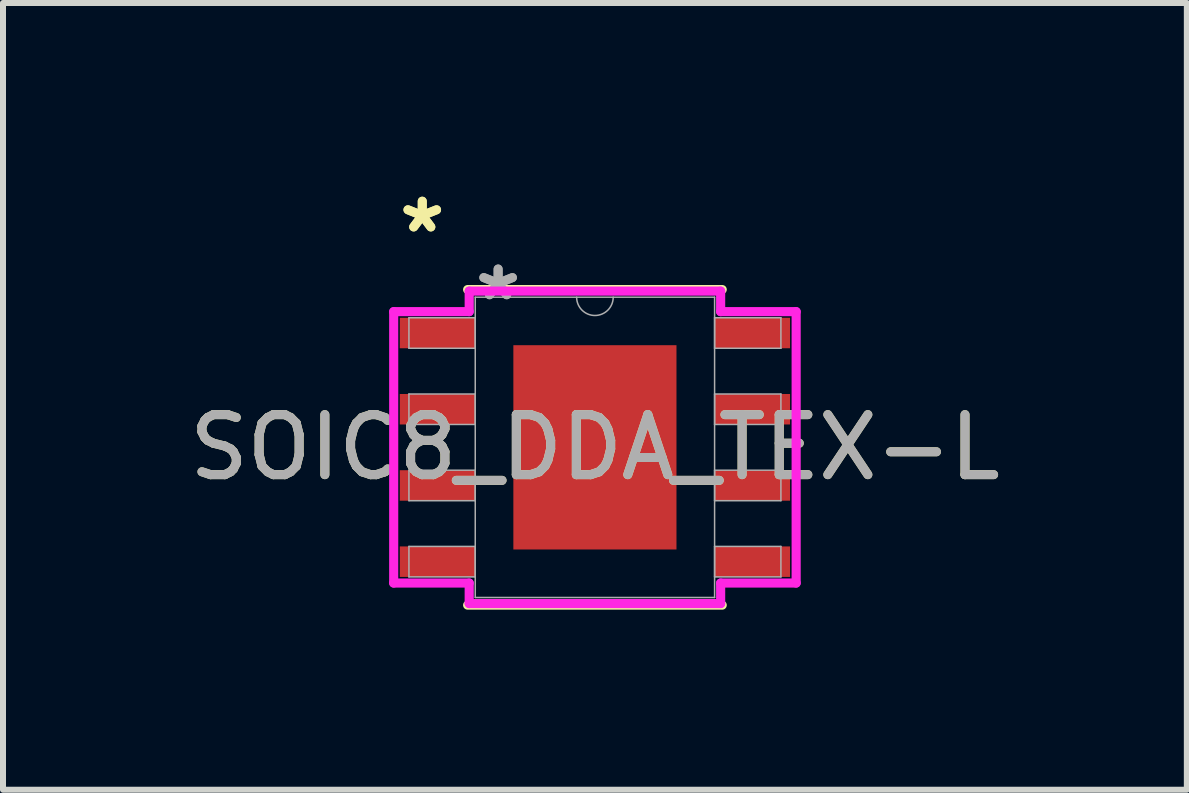
<source format=kicad_pcb>
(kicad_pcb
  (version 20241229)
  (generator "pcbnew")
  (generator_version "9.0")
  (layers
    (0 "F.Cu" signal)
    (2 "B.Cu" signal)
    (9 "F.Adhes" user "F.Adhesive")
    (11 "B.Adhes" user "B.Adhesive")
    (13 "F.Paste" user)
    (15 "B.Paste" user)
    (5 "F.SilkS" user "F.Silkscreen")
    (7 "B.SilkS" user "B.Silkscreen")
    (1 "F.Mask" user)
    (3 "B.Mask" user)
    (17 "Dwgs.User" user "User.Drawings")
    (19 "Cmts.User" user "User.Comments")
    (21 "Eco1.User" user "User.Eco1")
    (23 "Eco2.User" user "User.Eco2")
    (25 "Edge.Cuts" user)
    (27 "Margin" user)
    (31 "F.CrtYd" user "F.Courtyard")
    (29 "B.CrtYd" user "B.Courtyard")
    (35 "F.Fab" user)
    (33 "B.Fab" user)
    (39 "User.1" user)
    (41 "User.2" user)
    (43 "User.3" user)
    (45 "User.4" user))
  (footprint "SOIC8_DDA_TEX-L"
    (layer "F.Cu")
    (at 6.863 4.404)
    (property "Reference" "SOIC8_DDA_TEX-L" (at 0 0 0) (unlocked yes) (layer "F.SilkS") (effects (font (size 1 1) (thickness 0.15))))
    (attr smd)
    (fp_line (start -2.121 2.629) (end 2.121 2.629) (stroke (width 0.152) (type solid)) (layer "F.SilkS"))
    (fp_line (start 2.121 -2.629) (end -2.121 -2.629) (stroke (width 0.152) (type solid)) (layer "F.SilkS"))
    (fp_poly (pts (xy -1.259 -1.602) (xy -1.259 -0.1) (xy -0.1 -0.1) (xy -0.1 -1.602)) (stroke (width 0) (type solid)) (fill yes) (layer "F.Paste"))
    (fp_poly (pts (xy -1.259 0.1) (xy -1.259 1.602) (xy -0.1 1.602) (xy -0.1 0.1)) (stroke (width 0) (type solid)) (fill yes) (layer "F.Paste"))
    (fp_poly (pts (xy 0.1 -1.602) (xy 0.1 -0.1) (xy 1.259 -0.1) (xy 1.259 -1.602)) (stroke (width 0) (type solid)) (fill yes) (layer "F.Paste"))
    (fp_poly (pts (xy 0.1 0.1) (xy 0.1 1.602) (xy 1.259 1.602) (xy 1.259 0.1)) (stroke (width 0) (type solid)) (fill yes) (layer "F.Paste"))
    (fp_line (start -3.353 -2.261) (end -2.095 -2.261) (stroke (width 0.152) (type solid)) (layer "F.CrtYd"))
    (fp_line (start -3.353 2.261) (end -3.353 -2.261) (stroke (width 0.152) (type solid)) (layer "F.CrtYd"))
    (fp_line (start -3.353 2.261) (end -2.095 2.261) (stroke (width 0.152) (type solid)) (layer "F.CrtYd"))
    (fp_line (start -2.095 -2.603) (end 2.095 -2.603) (stroke (width 0.152) (type solid)) (layer "F.CrtYd"))
    (fp_line (start -2.095 -2.261) (end -2.095 -2.603) (stroke (width 0.152) (type solid)) (layer "F.CrtYd"))
    (fp_line (start -2.095 2.603) (end -2.095 2.261) (stroke (width 0.152) (type solid)) (layer "F.CrtYd"))
    (fp_line (start 2.095 -2.603) (end 2.095 -2.261) (stroke (width 0.152) (type solid)) (layer "F.CrtYd"))
    (fp_line (start 2.095 2.261) (end 2.095 2.603) (stroke (width 0.152) (type solid)) (layer "F.CrtYd"))
    (fp_line (start 2.095 2.603) (end -2.095 2.603) (stroke (width 0.152) (type solid)) (layer "F.CrtYd"))
    (fp_line (start 3.353 -2.261) (end 2.095 -2.261) (stroke (width 0.152) (type solid)) (layer "F.CrtYd"))
    (fp_line (start 3.353 -2.261) (end 3.353 2.261) (stroke (width 0.152) (type solid)) (layer "F.CrtYd"))
    (fp_line (start 3.353 2.261) (end 2.095 2.261) (stroke (width 0.152) (type solid)) (layer "F.CrtYd"))
    (fp_line (start -3.099 -2.159) (end -3.099 -1.651) (stroke (width 0.025) (type solid)) (layer "F.Fab"))
    (fp_line (start -3.099 -1.651) (end -1.994 -1.651) (stroke (width 0.025) (type solid)) (layer "F.Fab"))
    (fp_line (start -3.099 -0.889) (end -3.099 -0.381) (stroke (width 0.025) (type solid)) (layer "F.Fab"))
    (fp_line (start -3.099 -0.381) (end -1.994 -0.381) (stroke (width 0.025) (type solid)) (layer "F.Fab"))
    (fp_line (start -3.099 0.381) (end -3.099 0.889) (stroke (width 0.025) (type solid)) (layer "F.Fab"))
    (fp_line (start -3.099 0.889) (end -1.994 0.889) (stroke (width 0.025) (type solid)) (layer "F.Fab"))
    (fp_line (start -3.099 1.651) (end -3.099 2.159) (stroke (width 0.025) (type solid)) (layer "F.Fab"))
    (fp_line (start -3.099 2.159) (end -1.994 2.159) (stroke (width 0.025) (type solid)) (layer "F.Fab"))
    (fp_line (start -1.994 -2.502) (end -1.994 2.502) (stroke (width 0.025) (type solid)) (layer "F.Fab"))
    (fp_line (start -1.994 -2.159) (end -3.099 -2.159) (stroke (width 0.025) (type solid)) (layer "F.Fab"))
    (fp_line (start -1.994 -1.651) (end -1.994 -2.159) (stroke (width 0.025) (type solid)) (layer "F.Fab"))
    (fp_line (start -1.994 -0.889) (end -3.099 -0.889) (stroke (width 0.025) (type solid)) (layer "F.Fab"))
    (fp_line (start -1.994 -0.381) (end -1.994 -0.889) (stroke (width 0.025) (type solid)) (layer "F.Fab"))
    (fp_line (start -1.994 0.381) (end -3.099 0.381) (stroke (width 0.025) (type solid)) (layer "F.Fab"))
    (fp_line (start -1.994 0.889) (end -1.994 0.381) (stroke (width 0.025) (type solid)) (layer "F.Fab"))
    (fp_line (start -1.994 1.651) (end -3.099 1.651) (stroke (width 0.025) (type solid)) (layer "F.Fab"))
    (fp_line (start -1.994 2.159) (end -1.994 1.651) (stroke (width 0.025) (type solid)) (layer "F.Fab"))
    (fp_line (start -1.994 2.502) (end 1.994 2.502) (stroke (width 0.025) (type solid)) (layer "F.Fab"))
    (fp_line (start 1.994 -2.502) (end -1.994 -2.502) (stroke (width 0.025) (type solid)) (layer "F.Fab"))
    (fp_line (start 1.994 -2.159) (end 1.994 -1.651) (stroke (width 0.025) (type solid)) (layer "F.Fab"))
    (fp_line (start 1.994 -1.651) (end 3.099 -1.651) (stroke (width 0.025) (type solid)) (layer "F.Fab"))
    (fp_line (start 1.994 -0.889) (end 1.994 -0.381) (stroke (width 0.025) (type solid)) (layer "F.Fab"))
    (fp_line (start 1.994 -0.381) (end 3.099 -0.381) (stroke (width 0.025) (type solid)) (layer "F.Fab"))
    (fp_line (start 1.994 0.381) (end 1.994 0.889) (stroke (width 0.025) (type solid)) (layer "F.Fab"))
    (fp_line (start 1.994 0.889) (end 3.099 0.889) (stroke (width 0.025) (type solid)) (layer "F.Fab"))
    (fp_line (start 1.994 1.651) (end 1.994 2.159) (stroke (width 0.025) (type solid)) (layer "F.Fab"))
    (fp_line (start 1.994 2.159) (end 3.099 2.159) (stroke (width 0.025) (type solid)) (layer "F.Fab"))
    (fp_line (start 1.994 2.502) (end 1.994 -2.502) (stroke (width 0.025) (type solid)) (layer "F.Fab"))
    (fp_line (start 3.099 -2.159) (end 1.994 -2.159) (stroke (width 0.025) (type solid)) (layer "F.Fab"))
    (fp_line (start 3.099 -1.651) (end 3.099 -2.159) (stroke (width 0.025) (type solid)) (layer "F.Fab"))
    (fp_line (start 3.099 -0.889) (end 1.994 -0.889) (stroke (width 0.025) (type solid)) (layer "F.Fab"))
    (fp_line (start 3.099 -0.381) (end 3.099 -0.889) (stroke (width 0.025) (type solid)) (layer "F.Fab"))
    (fp_line (start 3.099 0.381) (end 1.994 0.381) (stroke (width 0.025) (type solid)) (layer "F.Fab"))
    (fp_line (start 3.099 0.889) (end 3.099 0.381) (stroke (width 0.025) (type solid)) (layer "F.Fab"))
    (fp_line (start 3.099 1.651) (end 1.994 1.651) (stroke (width 0.025) (type solid)) (layer "F.Fab"))
    (fp_line (start 3.099 2.159) (end 3.099 1.651) (stroke (width 0.025) (type solid)) (layer "F.Fab"))
    (fp_arc (start 0.3048 -2.5019) (mid 0 -2.1971) (end -0.3048 -2.5019) (stroke (width 0.0254) (type solid)) (layer "F.Fab"))
    (fp_text user "*" (at -2.877 -3.556 0) (layer "F.SilkS") (effects (font (size 1 1) (thickness 0.15))))
    (fp_text user "*" (at -2.877 -3.556 0) (unlocked yes) (layer "F.SilkS") (effects (font (size 1 1) (thickness 0.15))))
    (fp_text user "*" (at -1.613 -2.426 0) (layer "F.Fab") (effects (font (size 1 1) (thickness 0.15))))
    (fp_text user "*" (at -1.613 -2.426 0) (unlocked yes) (layer "F.Fab") (effects (font (size 1 1) (thickness 0.15))))
    (fp_text user "${REFERENCE}" (at 0 0 0) (unlocked yes) (layer "F.Fab") (effects (font (size 1 1) (thickness 0.15))))
    (pad "1" smd rect (at -2.623 -1.905) (size 1.257 0.508) (layers "F.Cu" "F.Mask" "F.Paste"))
    (pad "2" smd rect (at -2.623 -0.635) (size 1.257 0.508) (layers "F.Cu" "F.Mask" "F.Paste"))
    (pad "3" smd rect (at -2.623 0.635) (size 1.257 0.508) (layers "F.Cu" "F.Mask" "F.Paste"))
    (pad "4" smd rect (at -2.623 1.905) (size 1.257 0.508) (layers "F.Cu" "F.Mask" "F.Paste"))
    (pad "5" smd rect (at 2.623 1.905) (size 1.257 0.508) (layers "F.Cu" "F.Mask" "F.Paste"))
    (pad "6" smd rect (at 2.623 0.635) (size 1.257 0.508) (layers "F.Cu" "F.Mask" "F.Paste"))
    (pad "7" smd rect (at 2.623 -0.635) (size 1.257 0.508) (layers "F.Cu" "F.Mask" "F.Paste"))
    (pad "8" smd rect (at 2.623 -1.905) (size 1.257 0.508) (layers "F.Cu" "F.Mask" "F.Paste"))
    (pad "EPAD" smd rect (at 0 0) (size 2.718 3.404) (layers "F.Cu" "F.Mask")))
  (gr_rect
    (start -3 -3)
    (end 16.726 10.109)
    (stroke (width 0.1) (type default))
    (fill no)
    (layer "Edge.Cuts")))
</source>
